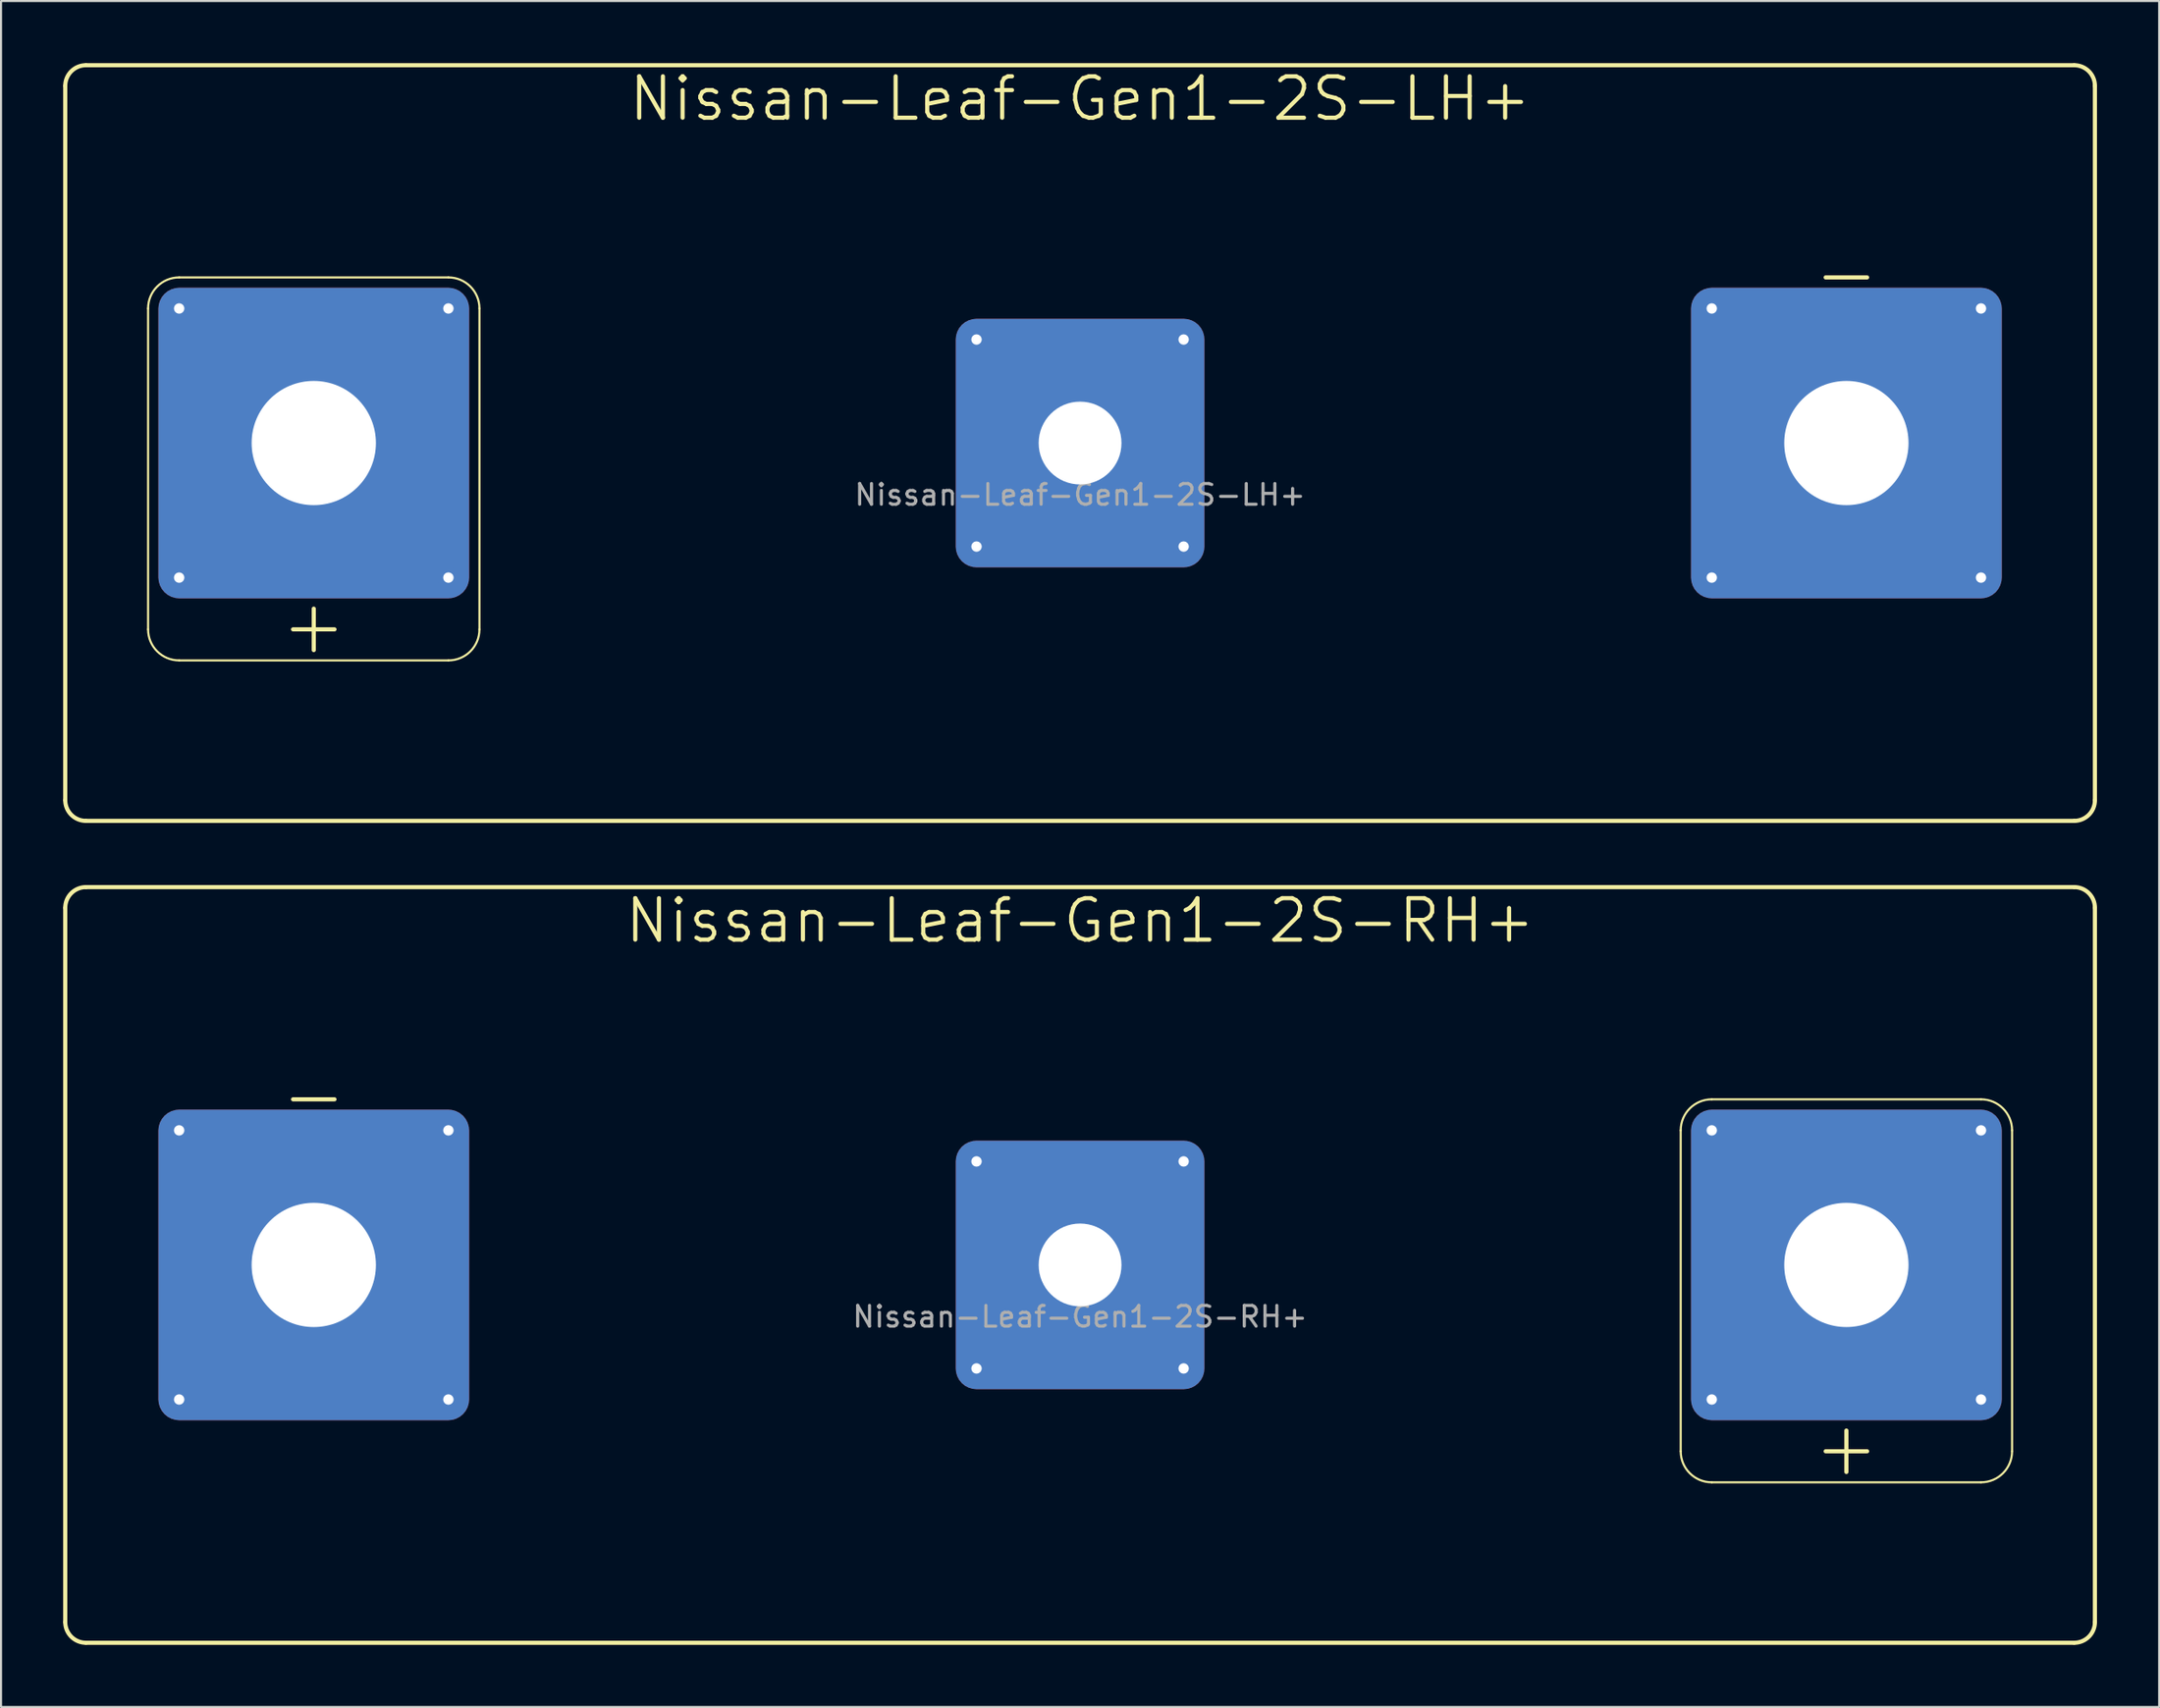
<source format=kicad_pcb>
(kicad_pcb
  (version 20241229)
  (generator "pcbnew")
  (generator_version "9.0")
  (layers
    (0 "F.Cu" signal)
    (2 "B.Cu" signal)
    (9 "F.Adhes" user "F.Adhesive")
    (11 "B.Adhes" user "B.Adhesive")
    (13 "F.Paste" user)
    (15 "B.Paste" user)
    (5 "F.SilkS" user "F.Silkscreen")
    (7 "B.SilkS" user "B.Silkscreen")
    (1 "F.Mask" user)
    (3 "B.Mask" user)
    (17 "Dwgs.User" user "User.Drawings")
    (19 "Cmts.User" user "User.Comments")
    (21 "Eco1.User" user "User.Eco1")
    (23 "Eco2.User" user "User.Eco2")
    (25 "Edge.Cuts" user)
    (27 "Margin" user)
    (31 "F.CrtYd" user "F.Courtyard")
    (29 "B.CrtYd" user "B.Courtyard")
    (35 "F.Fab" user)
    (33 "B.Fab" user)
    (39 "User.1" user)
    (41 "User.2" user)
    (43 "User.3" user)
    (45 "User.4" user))
  (footprint "Nissan-Leaf-Gen1-2S-RH+"
    (layer "F.Cu")
    (at 49.1 58.05)
    (property "Reference" "Nissan-Leaf-Gen1-2S-RH+" (at 0 -17.8 0) (unlocked yes) (layer "F.SilkS") (effects (font (size 2 2) (thickness 0.2)) (justify top)))
    (attr smd)
    (fp_line (start -49 17.25) (end -49 -17.25) (stroke (width 0.2) (type default)) (layer "F.SilkS"))
    (fp_line (start -48 -18.25) (end 48 -18.25) (stroke (width 0.2) (type default)) (layer "F.SilkS"))
    (fp_line (start -36 -8) (end -38 -8) (stroke (width 0.2) (type solid)) (layer "F.SilkS"))
    (fp_line (start 29 -6.5) (end 29 9) (stroke (width 0.1) (type default)) (layer "F.SilkS"))
    (fp_line (start 30.5 10.5) (end 43.5 10.5) (stroke (width 0.1) (type default)) (layer "F.SilkS"))
    (fp_line (start 37 8) (end 37 10) (stroke (width 0.2) (type solid)) (layer "F.SilkS"))
    (fp_line (start 38 9) (end 36 9) (stroke (width 0.2) (type solid)) (layer "F.SilkS"))
    (fp_line (start 43.5 -8) (end 30.5 -8) (stroke (width 0.1) (type default)) (layer "F.SilkS"))
    (fp_line (start 45 9) (end 45 -6.5) (stroke (width 0.1) (type default)) (layer "F.SilkS"))
    (fp_line (start 48 18.25) (end -48 18.25) (stroke (width 0.2) (type default)) (layer "F.SilkS"))
    (fp_line (start 49 -17.25) (end 49 17.25) (stroke (width 0.2) (type default)) (layer "F.SilkS"))
    (fp_arc (start -49 -17.25) (mid -48.707107 -17.957107) (end -48 -18.25) (stroke (width 0.2) (type default)) (layer "F.SilkS"))
    (fp_arc (start -48 18.25) (mid -48.707107 17.957107) (end -49 17.25) (stroke (width 0.2) (type default)) (layer "F.SilkS"))
    (fp_arc (start 29 -6.5) (mid 29.43934 -7.56066) (end 30.5 -8) (stroke (width 0.1) (type default)) (layer "F.SilkS"))
    (fp_arc (start 30.5 10.5) (mid 29.43934 10.06066) (end 29 9) (stroke (width 0.1) (type default)) (layer "F.SilkS"))
    (fp_arc (start 43.5 -8) (mid 44.56066 -7.56066) (end 45 -6.5) (stroke (width 0.1) (type default)) (layer "F.SilkS"))
    (fp_arc (start 45 9) (mid 44.56066 10.06066) (end 43.5 10.5) (stroke (width 0.1) (type default)) (layer "F.SilkS"))
    (fp_arc (start 48 -18.25) (mid 48.707107 -17.957107) (end 49 -17.25) (stroke (width 0.2) (type default)) (layer "F.SilkS"))
    (fp_arc (start 49 17.25) (mid 48.707107 17.957107) (end 48 18.25) (stroke (width 0.2) (type default)) (layer "F.SilkS"))
    (fp_text user "${REFERENCE}" (at 0 2.5 0) (unlocked yes) (layer "F.Fab") (effects (font (size 1 1) (thickness 0.15))))
    (pad "1" thru_hole circle (at 30.5 -6.5) (size 1 1) (drill 0.5) (layers "*.Cu" "*.Mask"))
    (pad "1" thru_hole circle (at 30.5 6.5) (size 1 1) (drill 0.5) (layers "*.Cu" "*.Mask"))
    (pad "1" thru_hole roundrect (at 37 0) (size 15 15) (drill 6) (layers "*.Cu" "*.Mask") (roundrect_rratio 0.067))
    (pad "1" thru_hole circle (at 43.5 -6.5) (size 1 1) (drill 0.5) (layers "*.Cu" "*.Mask"))
    (pad "1" thru_hole circle (at 43.5 6.5) (size 1 1) (drill 0.5) (layers "*.Cu" "*.Mask"))
    (pad "2" thru_hole circle (at -5 -5) (size 1 1) (drill 0.5) (layers "*.Cu" "*.Mask"))
    (pad "2" thru_hole circle (at -5 5) (size 1 1) (drill 0.5) (layers "*.Cu" "*.Mask"))
    (pad "2" thru_hole roundrect (at 0 0) (size 12 12) (drill 4) (layers "*.Cu" "*.Mask") (roundrect_rratio 0.083))
    (pad "2" thru_hole circle (at 5 -5) (size 1 1) (drill 0.5) (layers "*.Cu" "*.Mask"))
    (pad "2" thru_hole circle (at 5 5) (size 1 1) (drill 0.5) (layers "*.Cu" "*.Mask"))
    (pad "3" thru_hole circle (at -43.5 -6.5) (size 1 1) (drill 0.5) (layers "*.Cu" "*.Mask"))
    (pad "3" thru_hole circle (at -43.5 6.5) (size 1 1) (drill 0.5) (layers "*.Cu" "*.Mask"))
    (pad "3" thru_hole roundrect (at -37 0) (size 15 15) (drill 6) (layers "*.Cu" "*.Mask") (roundrect_rratio 0.067))
    (pad "3" thru_hole circle (at -30.5 -6.5) (size 1 1) (drill 0.5) (layers "*.Cu" "*.Mask"))
    (pad "3" thru_hole circle (at -30.5 6.5) (size 1 1) (drill 0.5) (layers "*.Cu" "*.Mask")))
  (footprint "Nissan-Leaf-Gen1-2S-LH+"
    (layer "F.Cu")
    (at 49.1 18.35)
    (property "Reference" "Nissan-Leaf-Gen1-2S-LH+" (at 0 -17.8 0) (layer "F.SilkS") (effects (font (size 2 2) (thickness 0.2)) (justify top)))
    (attr smd)
    (fp_line (start -49 17.25) (end -49 -17.25) (stroke (width 0.2) (type default)) (layer "F.SilkS"))
    (fp_line (start -48 -18.25) (end 48 -18.25) (stroke (width 0.2) (type default)) (layer "F.SilkS"))
    (fp_line (start -45 9) (end -45 -6.5) (stroke (width 0.1) (type default)) (layer "F.SilkS"))
    (fp_line (start -43.5 -8) (end -30.5 -8) (stroke (width 0.1) (type default)) (layer "F.SilkS"))
    (fp_line (start -38 9) (end -36 9) (stroke (width 0.2) (type solid)) (layer "F.SilkS"))
    (fp_line (start -37 8) (end -37 10) (stroke (width 0.2) (type solid)) (layer "F.SilkS"))
    (fp_line (start -30.5 10.5) (end -43.5 10.5) (stroke (width 0.1) (type default)) (layer "F.SilkS"))
    (fp_line (start -29 -6.5) (end -29 9) (stroke (width 0.1) (type default)) (layer "F.SilkS"))
    (fp_line (start 36 -8) (end 38 -8) (stroke (width 0.2) (type solid)) (layer "F.SilkS"))
    (fp_line (start 48 18.25) (end -48 18.25) (stroke (width 0.2) (type default)) (layer "F.SilkS"))
    (fp_line (start 49 -17.25) (end 49 17.25) (stroke (width 0.2) (type default)) (layer "F.SilkS"))
    (fp_arc (start -49 -17.25) (mid -48.707107 -17.957107) (end -48 -18.25) (stroke (width 0.2) (type default)) (layer "F.SilkS"))
    (fp_arc (start -48 18.25) (mid -48.707107 17.957107) (end -49 17.25) (stroke (width 0.2) (type default)) (layer "F.SilkS"))
    (fp_arc (start -45 -6.5) (mid -44.56066 -7.56066) (end -43.5 -8) (stroke (width 0.1) (type default)) (layer "F.SilkS"))
    (fp_arc (start -43.5 10.5) (mid -44.56066 10.06066) (end -45 9) (stroke (width 0.1) (type default)) (layer "F.SilkS"))
    (fp_arc (start -30.5 -8) (mid -29.43934 -7.56066) (end -29 -6.5) (stroke (width 0.1) (type default)) (layer "F.SilkS"))
    (fp_arc (start -29 9) (mid -29.43934 10.06066) (end -30.5 10.5) (stroke (width 0.1) (type default)) (layer "F.SilkS"))
    (fp_arc (start 48 -18.25) (mid 48.707107 -17.957107) (end 49 -17.25) (stroke (width 0.2) (type default)) (layer "F.SilkS"))
    (fp_arc (start 49 17.25) (mid 48.707107 17.957107) (end 48 18.25) (stroke (width 0.2) (type default)) (layer "F.SilkS"))
    (fp_text user "${REFERENCE}" (at 0 2.5 0) (unlocked yes) (layer "F.Fab") (effects (font (size 1 1) (thickness 0.15))))
    (pad "1" thru_hole circle (at -43.5 -6.5) (size 1 1) (drill 0.5) (layers "*.Cu" "*.Mask"))
    (pad "1" thru_hole circle (at -43.5 6.5) (size 1 1) (drill 0.5) (layers "*.Cu" "*.Mask"))
    (pad "1" thru_hole roundrect (at -37 0) (size 15 15) (drill 6) (layers "*.Cu" "*.Mask") (roundrect_rratio 0.067))
    (pad "1" thru_hole circle (at -30.5 -6.5) (size 1 1) (drill 0.5) (layers "*.Cu" "*.Mask"))
    (pad "1" thru_hole circle (at -30.5 6.5) (size 1 1) (drill 0.5) (layers "*.Cu" "*.Mask"))
    (pad "2" thru_hole circle (at -5 -5) (size 1 1) (drill 0.5) (layers "*.Cu" "*.Mask"))
    (pad "2" thru_hole circle (at -5 5) (size 1 1) (drill 0.5) (layers "*.Cu" "*.Mask"))
    (pad "2" thru_hole roundrect (at 0 0) (size 12 12) (drill 4) (layers "*.Cu" "*.Mask") (roundrect_rratio 0.083))
    (pad "2" thru_hole circle (at 5 -5) (size 1 1) (drill 0.5) (layers "*.Cu" "*.Mask"))
    (pad "2" thru_hole circle (at 5 5) (size 1 1) (drill 0.5) (layers "*.Cu" "*.Mask"))
    (pad "3" thru_hole circle (at 30.5 -6.5) (size 1 1) (drill 0.5) (layers "*.Cu" "*.Mask"))
    (pad "3" thru_hole circle (at 30.5 6.5) (size 1 1) (drill 0.5) (layers "*.Cu" "*.Mask"))
    (pad "3" thru_hole roundrect (at 37 0) (size 15 15) (drill 6) (layers "*.Cu" "*.Mask") (roundrect_rratio 0.067))
    (pad "3" thru_hole circle (at 43.5 -6.5) (size 1 1) (drill 0.5) (layers "*.Cu" "*.Mask"))
    (pad "3" thru_hole circle (at 43.5 6.5) (size 1 1) (drill 0.5) (layers "*.Cu" "*.Mask")))
  (gr_rect
    (start -3 -3)
    (end 101.2 79.4)
    (stroke (width 0.1) (type default))
    (fill no)
    (layer "Edge.Cuts")))
</source>
